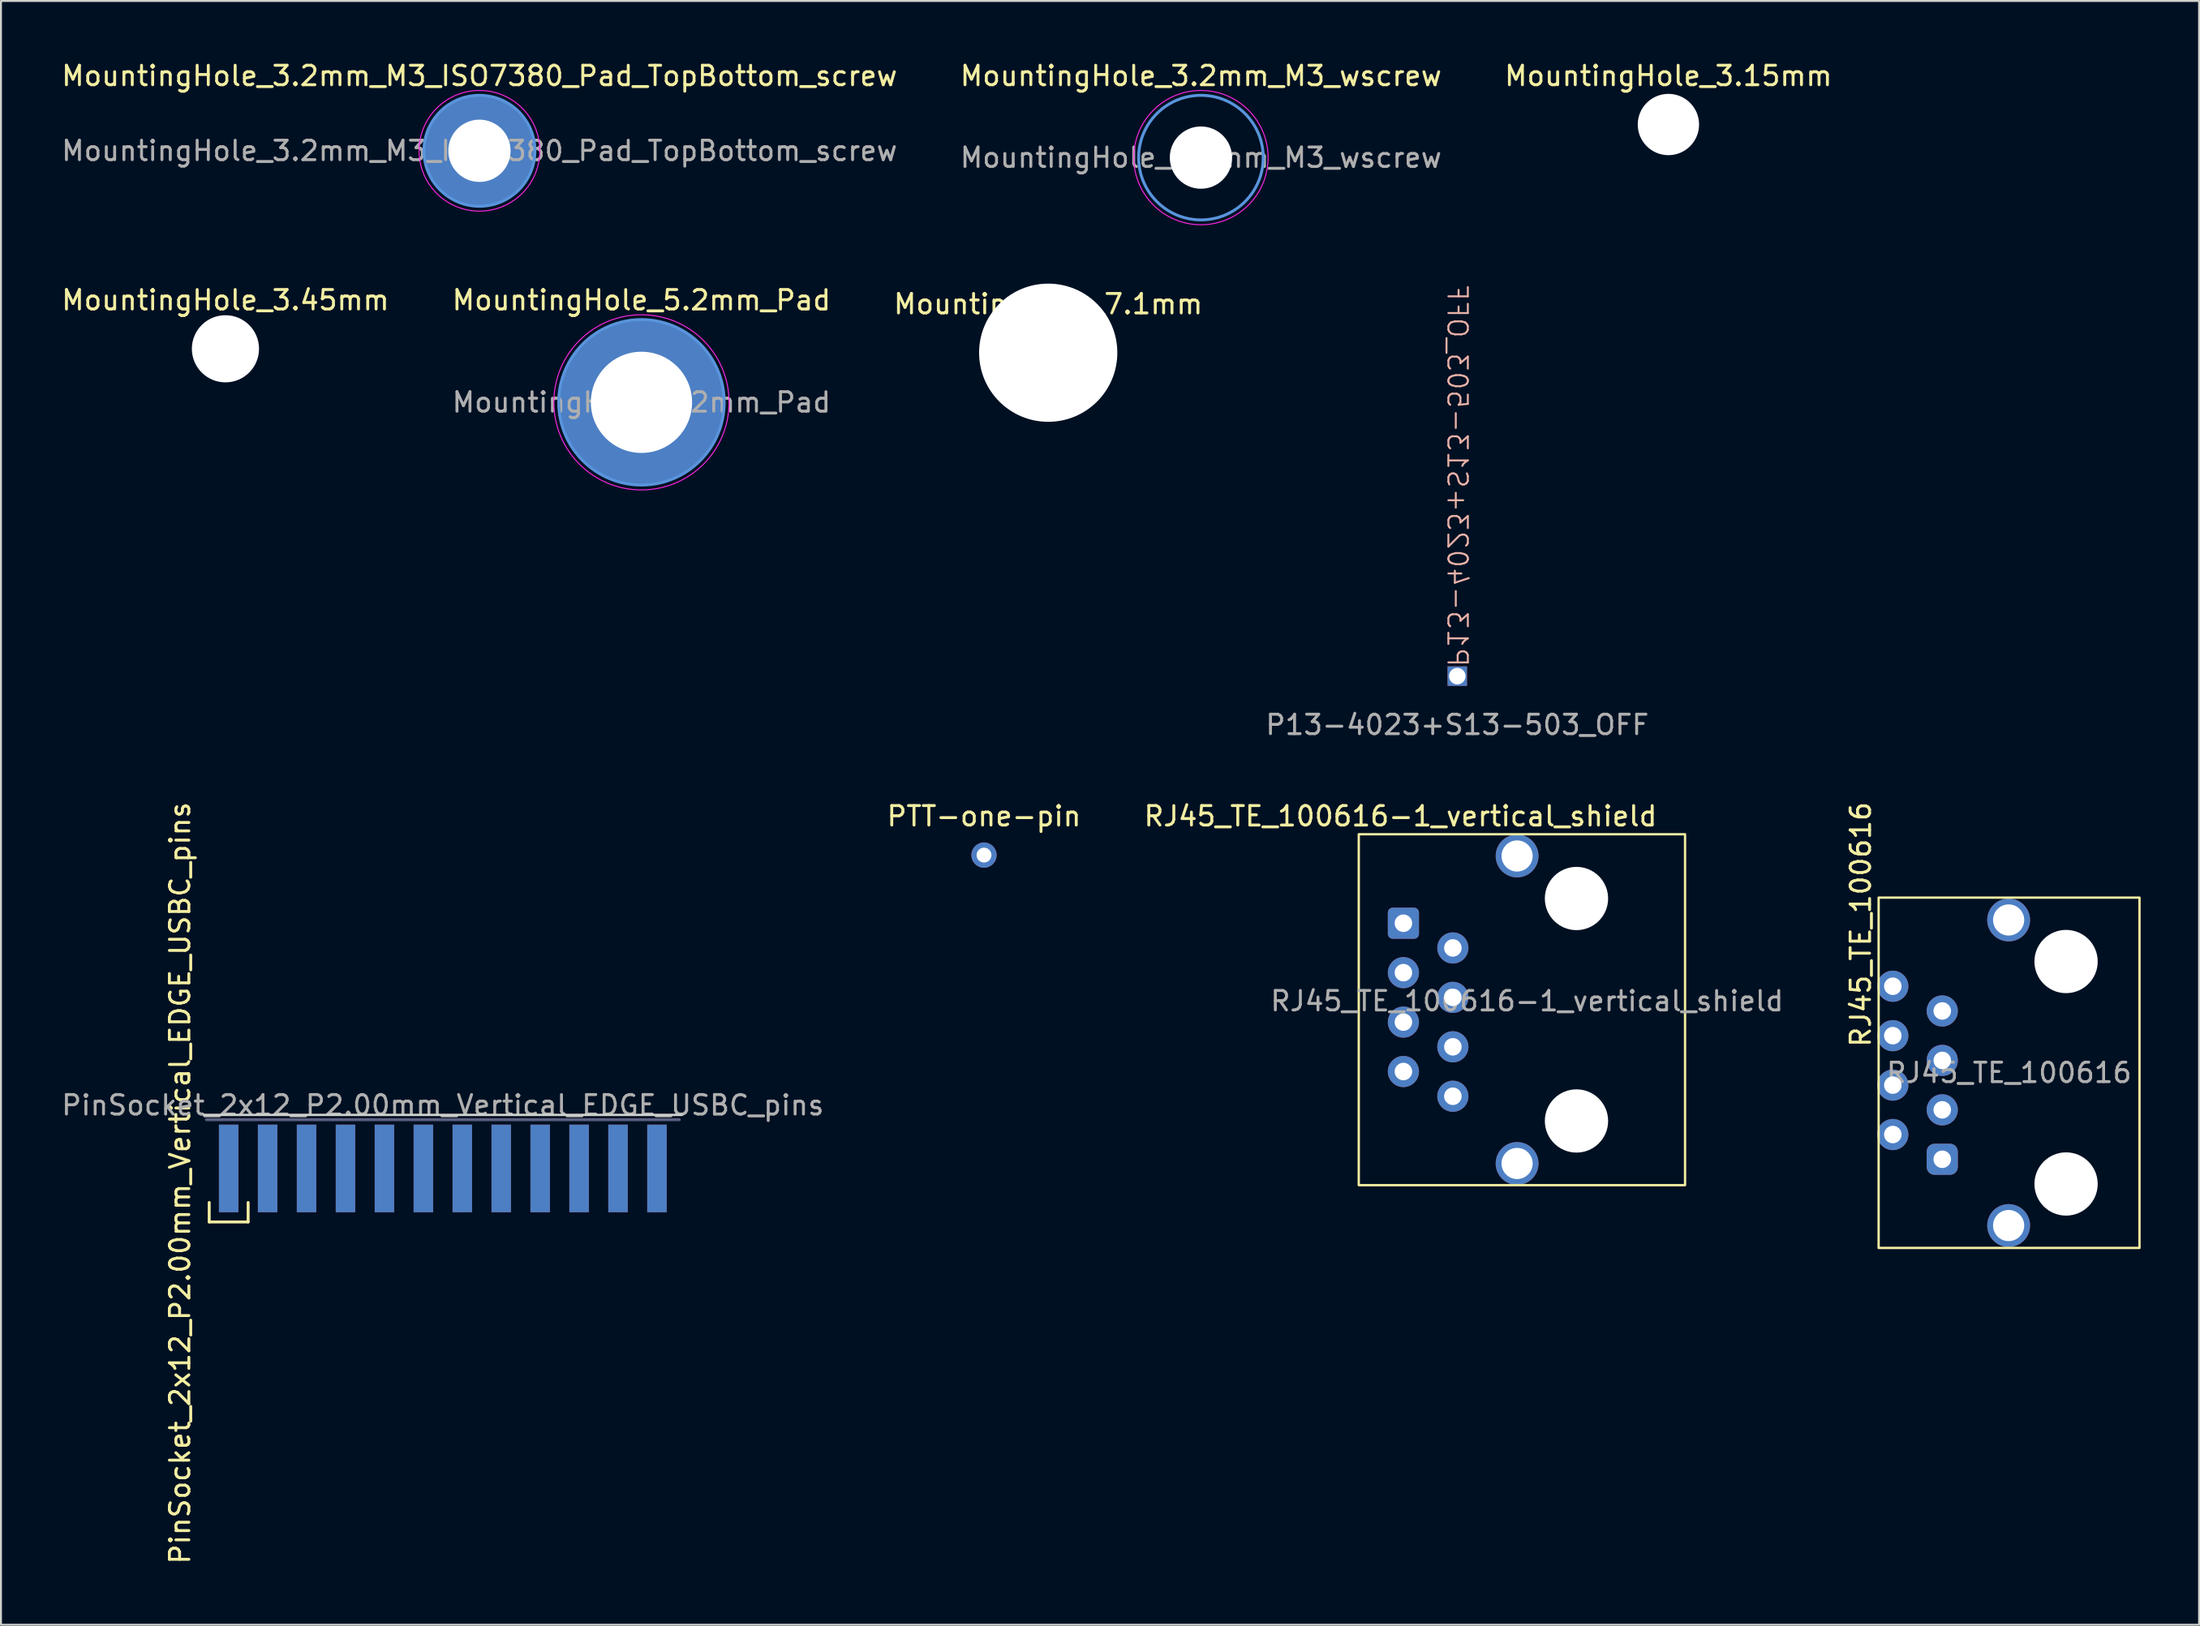
<source format=kicad_pcb>
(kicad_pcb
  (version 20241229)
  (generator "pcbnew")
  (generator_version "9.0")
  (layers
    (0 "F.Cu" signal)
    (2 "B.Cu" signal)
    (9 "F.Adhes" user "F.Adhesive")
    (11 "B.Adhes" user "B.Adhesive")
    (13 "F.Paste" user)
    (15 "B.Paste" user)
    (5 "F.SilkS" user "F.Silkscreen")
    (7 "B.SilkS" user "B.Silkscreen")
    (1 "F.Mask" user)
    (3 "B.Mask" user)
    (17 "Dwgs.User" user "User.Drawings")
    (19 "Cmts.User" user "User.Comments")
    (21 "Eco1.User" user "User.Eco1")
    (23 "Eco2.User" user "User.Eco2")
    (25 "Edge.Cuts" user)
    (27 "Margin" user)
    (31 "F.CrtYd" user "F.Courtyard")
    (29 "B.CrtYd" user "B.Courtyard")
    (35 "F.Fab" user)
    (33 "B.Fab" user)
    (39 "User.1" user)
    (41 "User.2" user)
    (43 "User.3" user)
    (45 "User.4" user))
  (footprint "PinSocket_2x12_P2.00mm_Vertical_EDGE_USBC_pins"
    (layer "F.Cu")
    (at 19.696 54.235)
    (property "Reference" "PinSocket_2x12_P2.00mm_Vertical_EDGE_USBC_pins" (at -13.5 3.5 270) (layer "F.SilkS") (effects (font (size 1 1) (thickness 0.15))))
    (attr smd)
    (fp_line (start -12 5.5) (end -12 4.5) (stroke (width 0.15) (type solid)) (layer "F.SilkS"))
    (fp_line (start -10 4.5) (end -10 5.5) (stroke (width 0.15) (type solid)) (layer "F.SilkS"))
    (fp_line (start -10 5.5) (end -12 5.5) (stroke (width 0.15) (type solid)) (layer "F.SilkS"))
    (fp_line (start 12.27 0) (end -12.27 0) (stroke (width 0.12) (type solid)) (layer "Edge.Cuts"))
    (fp_line (start 12.15 0.25) (end -12.15 0.25) (stroke (width 0.12) (type solid)) (layer "B.Fab"))
    (fp_line (start 12.15 0.25) (end -12.15 0.25) (stroke (width 0.12) (type solid)) (layer "F.Fab"))
    (fp_text user "${REFERENCE}" (at 0 -0.5 0) (layer "F.Fab") (effects (font (size 1 1) (thickness 0.15))))
    (pad "a1" smd rect (at -11 2.75 270) (size 4.5 1) (layers "F.Cu" "F.Mask" "F.Paste"))
    (pad "a2" smd rect (at -9 2.75 270) (size 4.5 1) (layers "F.Cu" "F.Mask" "F.Paste"))
    (pad "a3" smd rect (at -7 2.75 270) (size 4.5 1) (layers "F.Cu" "F.Mask" "F.Paste"))
    (pad "a4" smd rect (at -5 2.75 270) (size 4.5 1) (layers "F.Cu" "F.Mask" "F.Paste"))
    (pad "a5" smd rect (at -3 2.75 270) (size 4.5 1) (layers "F.Cu" "F.Mask" "F.Paste"))
    (pad "a6" smd rect (at -1 2.75 270) (size 4.5 1) (layers "F.Cu" "F.Mask" "F.Paste"))
    (pad "a7" smd rect (at 1 2.75 270) (size 4.5 1) (layers "F.Cu" "F.Mask" "F.Paste"))
    (pad "a8" smd rect (at 3 2.75 270) (size 4.5 1) (layers "F.Cu" "F.Mask" "F.Paste"))
    (pad "a9" smd rect (at 5 2.75 270) (size 4.5 1) (layers "F.Cu" "F.Mask" "F.Paste"))
    (pad "a10" smd rect (at 7 2.75 270) (size 4.5 1) (layers "F.Cu" "F.Mask" "F.Paste"))
    (pad "a11" smd rect (at 9 2.75 270) (size 4.5 1) (layers "F.Cu" "F.Mask" "F.Paste"))
    (pad "a12" smd rect (at 11 2.75 270) (size 4.5 1) (layers "F.Cu" "F.Mask" "F.Paste"))
    (pad "b1" smd rect (at -11 2.75 90) (size 4.5 1) (layers "B.Cu" "B.Mask" "B.Paste"))
    (pad "b2" smd rect (at -9 2.75 90) (size 4.5 1) (layers "B.Cu" "B.Mask" "B.Paste"))
    (pad "b3" smd rect (at -7 2.75 90) (size 4.5 1) (layers "B.Cu" "B.Mask" "B.Paste"))
    (pad "b4" smd rect (at -5 2.75 90) (size 4.5 1) (layers "B.Cu" "B.Mask" "B.Paste"))
    (pad "b5" smd rect (at -3 2.75 90) (size 4.5 1) (layers "B.Cu" "B.Mask" "B.Paste"))
    (pad "b6" smd rect (at -1 2.75 90) (size 4.5 1) (layers "B.Cu" "B.Mask" "B.Paste"))
    (pad "b7" smd rect (at 1 2.75 90) (size 4.5 1) (layers "B.Cu" "B.Mask" "B.Paste"))
    (pad "b8" smd rect (at 3 2.75 90) (size 4.5 1) (layers "B.Cu" "B.Mask" "B.Paste"))
    (pad "b9" smd rect (at 5 2.75 90) (size 4.5 1) (layers "B.Cu" "B.Mask" "B.Paste"))
    (pad "b10" smd rect (at 7 2.75 90) (size 4.5 1) (layers "B.Cu" "B.Mask" "B.Paste"))
    (pad "b11" smd rect (at 9 2.75 90) (size 4.5 1) (layers "B.Cu" "B.Mask" "B.Paste"))
    (pad "b12" smd rect (at 11 2.75 90) (size 4.5 1) (layers "B.Cu" "B.Mask" "B.Paste")))
  (footprint "MountingHole_3.15mm"
    (layer "F.Cu")
    (at 82.649 3.348)
    (property "Reference" "MountingHole_3.15mm" (at 0 -2.5 0) (layer "F.SilkS") (effects (font (size 1 1) (thickness 0.15))))
    (attr exclude_from_pos_files exclude_from_bom)
    (pad "" np_thru_hole circle (at 0 0) (size 3.15 3.15) (drill 3.15) (layers "*.Cu" "*.Mask")))
  (footprint "MountingHole_3.2mm_M3_ISO7380_Pad_TopBottom_screw"
    (layer "F.Cu")
    (at 21.577 4.698)
    (property "Reference" "MountingHole_3.2mm_M3_ISO7380_Pad_TopBottom_screw" (at 0 -3.85 0) (layer "F.SilkS") (effects (font (size 1 1) (thickness 0.15))))
    (attr exclude_from_pos_files exclude_from_bom)
    (fp_circle (center 0 0) (end 2.85 0) (stroke (width 0.15) (type solid)) (fill no) (layer "Cmts.User"))
    (fp_circle (center 0 0) (end 3.1 0) (stroke (width 0.05) (type solid)) (fill no) (layer "F.CrtYd"))
    (fp_text user "${REFERENCE}" (at 0 0 0) (layer "F.Fab") (effects (font (size 1 1) (thickness 0.15))))
    (pad "1" thru_hole circle (at 0 0) (size 3.6 3.6) (drill 3.2) (layers "*.Cu" "*.Mask"))
    (pad "1" connect circle (at 0 0) (size 5.7 5.7) (layers "F.Cu" "F.Mask"))
    (pad "1" connect circle (at 0 0) (size 5.7 5.7) (layers "B.Cu" "B.Mask")))
  (footprint "MountingHole_3.45mm"
    (layer "F.Cu")
    (at 8.53 14.871)
    (property "Reference" "MountingHole_3.45mm" (at 0 -2.5 0) (layer "F.SilkS") (effects (font (size 1 1) (thickness 0.15))))
    (attr exclude_from_pos_files exclude_from_bom)
    (pad "" np_thru_hole circle (at 0 0) (size 3.45 3.45) (drill 3.45) (layers "*.Cu" "*.Mask")))
  (footprint "MountingHole_3.2mm_M3_wscrew"
    (layer "F.Cu")
    (at 58.637 5.048)
    (property "Reference" "MountingHole_3.2mm_M3_wscrew" (at 0 -4.2 0) (layer "F.SilkS") (effects (font (size 1 1) (thickness 0.15))))
    (attr exclude_from_pos_files exclude_from_bom)
    (fp_circle (center 0 0) (end 3.2 0) (stroke (width 0.15) (type solid)) (fill no) (layer "Cmts.User"))
    (fp_circle (center 0 0) (end 3.45 0) (stroke (width 0.05) (type solid)) (fill no) (layer "F.CrtYd"))
    (fp_text user "${REFERENCE}" (at 0 0 0) (layer "F.Fab") (effects (font (size 1 1) (thickness 0.15))))
    (pad "" np_thru_hole circle (at 0 0) (size 3.2 3.2) (drill 3.2) (layers "*.Cu" "*.Mask")))
  (footprint "MountingHole_7.1mm"
    (layer "F.Cu")
    (at 50.792 15.073)
    (property "Reference" "MountingHole_7.1mm" (at 0 -2.5 0) (layer "F.SilkS") (effects (font (size 1 1) (thickness 0.15))))
    (attr exclude_from_pos_files exclude_from_bom)
    (pad "" np_thru_hole circle (at 0 0) (size 7.1 7.1) (drill 7.1) (layers "*.Cu" "*.Mask")))
  (footprint "PTT-one-pin"
    (layer "F.Cu")
    (at 47.494 40.886)
    (property "Reference" "PTT-one-pin" (at 0 -2 0) (unlocked yes) (layer "F.SilkS") (effects (font (size 1 1) (thickness 0.15))))
    (pad "1" thru_hole circle (at 0 0) (size 1.3 1.3) (drill 0.762) (layers "*.Cu" "*.Mask")))
  (footprint "P13-4023+S13-503_OFF"
    (layer "F.Cu")
    (at 71.804 31.69)
    (property "Reference" "P13-4023+S13-503_OFF" (at 0 -0.4 270) (unlocked yes) (layer "B.SilkS") (effects (font (size 1 1) (thickness 0.1)) (justify left mirror)))
    (attr through_hole)
    (fp_text user "${REFERENCE}" (at 0 2.5 0) (unlocked yes) (layer "F.Fab") (effects (font (size 1 1) (thickness 0.15))))
    (pad "1" thru_hole rect (at 0 0) (size 1 1) (drill 0.85) (layers "*.Cu" "*.Mask")))
  (footprint "RJ45_TE_100616-1_vertical_shield"
    (layer "F.Cu")
    (at 74.999 48.831)
    (property "Reference" "RJ45_TE_100616-1_vertical_shield" (at -6.112 -9.945 0) (layer "F.SilkS") (effects (font (size 1 1) (thickness 0.15))))
    (attr through_hole)
    (fp_rect (start -8.255 -9.017) (end 8.505 9.013) (stroke (width 0.12) (type solid)) (fill no) (layer "F.SilkS"))
    (fp_text user "${REFERENCE}" (at 0.388 -0.445 180) (layer "F.Fab") (effects (font (size 1 1) (thickness 0.15))))
    (pad "" np_thru_hole circle (at 2.928 -5.715 90) (size 3.25 3.25) (drill 3.25) (layers "*.Cu" "*.Mask"))
    (pad "" np_thru_hole circle (at 2.928 5.715 90) (size 3.25 3.25) (drill 3.25) (layers "*.Cu" "*.Mask"))
    (pad "1" thru_hole roundrect (at -5.962 -4.445 90) (size 1.6 1.6) (drill 0.9) (layers "*.Cu" "*.Mask") (roundrect_rratio 0.155))
    (pad "2" thru_hole circle (at -3.422 -3.175 90) (size 1.6 1.6) (drill 0.9) (layers "*.Cu" "*.Mask"))
    (pad "3" thru_hole circle (at -5.962 -1.905 90) (size 1.6 1.6) (drill 0.9) (layers "*.Cu" "*.Mask"))
    (pad "4" thru_hole circle (at -3.422 -0.635 90) (size 1.6 1.6) (drill 0.9) (layers "*.Cu" "*.Mask"))
    (pad "5" thru_hole circle (at -5.962 0.635 90) (size 1.6 1.6) (drill 0.9) (layers "*.Cu" "*.Mask"))
    (pad "6" thru_hole circle (at -3.422 1.905 90) (size 1.6 1.6) (drill 0.9) (layers "*.Cu" "*.Mask"))
    (pad "7" thru_hole circle (at -5.962 3.175 90) (size 1.6 1.6) (drill 0.9) (layers "*.Cu" "*.Mask"))
    (pad "8" thru_hole circle (at -3.422 4.445 90) (size 1.6 1.6) (drill 0.9) (layers "*.Cu" "*.Mask"))
    (pad "SH" thru_hole circle (at -0.122 -7.9 90) (size 2.2 2.2) (drill 1.6) (layers "*.Cu" "*.Mask"))
    (pad "SH" thru_hole circle (at -0.122 7.9 90) (size 2.2 2.2) (drill 1.6) (layers "*.Cu" "*.Mask")))
  (footprint "RJ45_TE_100616"
    (layer "F.Cu")
    (at 100.147 52.069)
    (property "Reference" "RJ45_TE_100616" (at -7.62 -7.62 90) (layer "F.SilkS") (effects (font (size 1 1) (thickness 0.15))))
    (attr through_hole)
    (fp_rect (start -6.7 -9) (end 6.7 9) (stroke (width 0.12) (type solid)) (fill no) (layer "F.SilkS"))
    (fp_text user "${REFERENCE}" (at 0 0 180) (layer "F.Fab") (effects (font (size 1 1) (thickness 0.15))))
    (pad "" np_thru_hole circle (at 2.928 -5.715 90) (size 3.25 3.25) (drill 3.25) (layers "*.Cu" "*.Mask"))
    (pad "" np_thru_hole circle (at 2.928 5.715 90) (size 3.25 3.25) (drill 3.25) (layers "*.Cu" "*.Mask"))
    (pad "1" thru_hole roundrect (at -3.432 4.445 90) (size 1.6 1.6) (drill 0.9) (layers "*.Cu" "*.Mask") (roundrect_rratio 0.25))
    (pad "2" thru_hole circle (at -5.972 3.175 90) (size 1.6 1.6) (drill 0.9) (layers "*.Cu" "*.Mask"))
    (pad "3" thru_hole circle (at -3.432 1.905 90) (size 1.6 1.6) (drill 0.9) (layers "*.Cu" "*.Mask"))
    (pad "4" thru_hole circle (at -5.972 0.635 90) (size 1.6 1.6) (drill 0.9) (layers "*.Cu" "*.Mask"))
    (pad "5" thru_hole circle (at -3.432 -0.635 90) (size 1.6 1.6) (drill 0.9) (layers "*.Cu" "*.Mask"))
    (pad "6" thru_hole circle (at -5.972 -1.905 90) (size 1.6 1.6) (drill 0.9) (layers "*.Cu" "*.Mask"))
    (pad "7" thru_hole circle (at -3.432 -3.175 90) (size 1.6 1.6) (drill 0.9) (layers "*.Cu" "*.Mask"))
    (pad "8" thru_hole circle (at -5.972 -4.445 90) (size 1.6 1.6) (drill 0.9) (layers "*.Cu" "*.Mask"))
    (pad "SH" thru_hole circle (at -0.022 -7.85 90) (size 2.2 2.2) (drill 1.6) (layers "*.Cu" "*.Mask"))
    (pad "SH" thru_hole circle (at -0.022 7.85 90) (size 2.2 2.2) (drill 1.6) (layers "*.Cu" "*.Mask")))
  (footprint "MountingHole_5.2mm_Pad"
    (layer "F.Cu")
    (at 29.899 17.622)
    (property "Reference" "MountingHole_5.2mm_Pad" (at 0 -5.25 0) (layer "F.SilkS") (effects (font (size 1 1) (thickness 0.15))))
    (attr exclude_from_pos_files exclude_from_bom)
    (fp_circle (center 0 0) (end 4.25 0) (stroke (width 0.15) (type solid)) (fill no) (layer "Cmts.User"))
    (fp_circle (center 0 0) (end 4.5 0) (stroke (width 0.05) (type solid)) (fill no) (layer "F.CrtYd"))
    (fp_text user "${REFERENCE}" (at 0 0 0) (layer "F.Fab") (effects (font (size 1 1) (thickness 0.15))))
    (pad "1" thru_hole circle (at 0 0) (size 8.5 8.5) (drill 5.2) (layers "*.Cu" "*.Mask")))
  (gr_rect
    (start -3 -3)
    (end 109.907 80.431)
    (stroke (width 0.1) (type default))
    (fill no)
    (layer "Edge.Cuts")))
</source>
